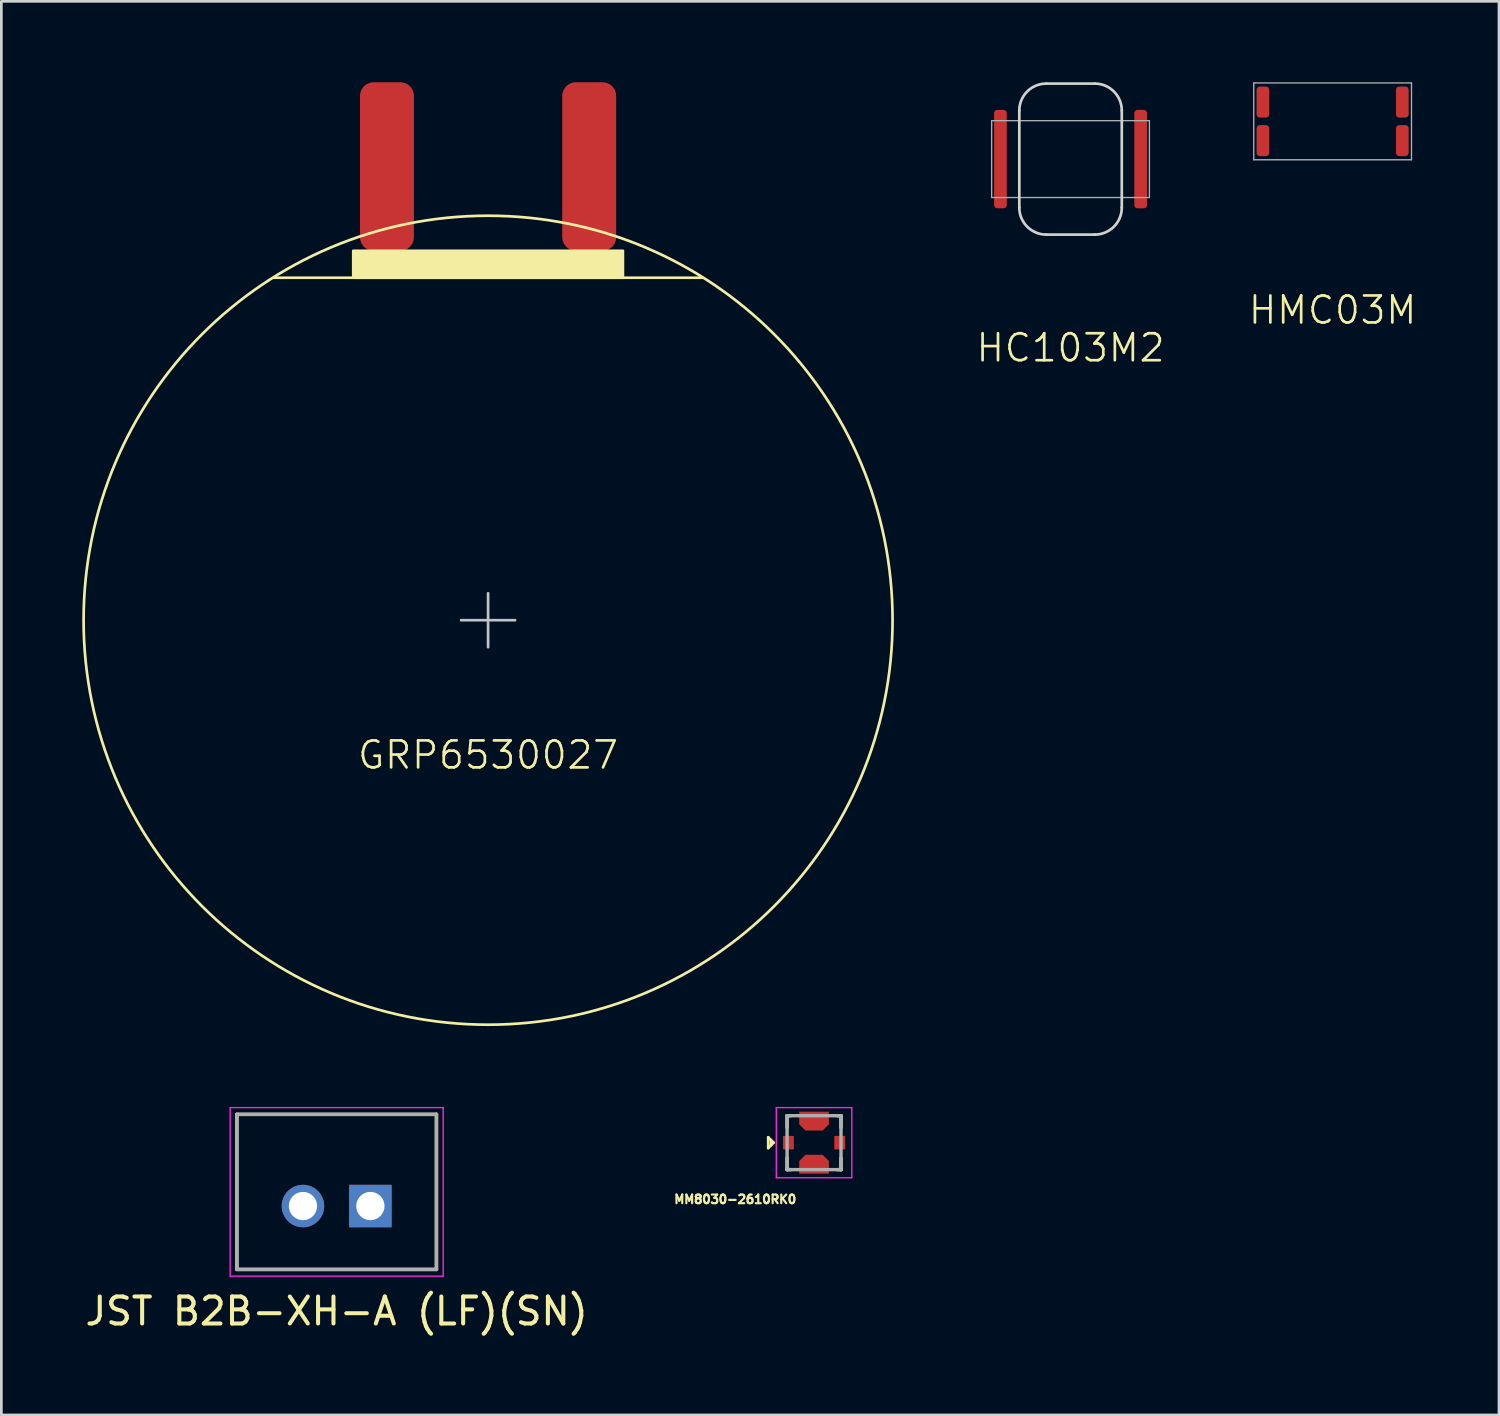
<source format=kicad_pcb>
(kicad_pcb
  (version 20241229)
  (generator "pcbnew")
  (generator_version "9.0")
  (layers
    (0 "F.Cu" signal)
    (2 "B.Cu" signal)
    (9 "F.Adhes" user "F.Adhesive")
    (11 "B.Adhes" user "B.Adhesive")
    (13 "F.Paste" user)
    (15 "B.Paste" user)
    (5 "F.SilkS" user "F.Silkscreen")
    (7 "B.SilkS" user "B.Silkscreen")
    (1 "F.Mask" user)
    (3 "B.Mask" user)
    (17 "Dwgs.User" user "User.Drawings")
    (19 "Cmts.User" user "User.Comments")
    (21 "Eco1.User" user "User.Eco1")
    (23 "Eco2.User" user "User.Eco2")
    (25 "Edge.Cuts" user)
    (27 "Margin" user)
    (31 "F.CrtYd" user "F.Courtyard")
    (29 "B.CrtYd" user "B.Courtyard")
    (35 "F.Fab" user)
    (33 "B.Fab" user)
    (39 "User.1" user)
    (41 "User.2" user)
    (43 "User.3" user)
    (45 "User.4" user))
  (footprint "GRP6530027"
    (layer "F.Cu")
    (at 15.05 19.95)
    (property "Reference" "GRP6530027" (at 0 5 0) (unlocked yes) (layer "F.SilkS") (effects (font (size 1 1) (thickness 0.1))))
    (attr smd)
    (fp_line (start 7.95 -12.7) (end -7.95 -12.7) (stroke (width 0.1) (type default)) (layer "F.SilkS"))
    (fp_rect (start -5 -13.7) (end 5 -12.7) (stroke (width 0.1) (type solid)) (fill yes) (layer "F.SilkS"))
    (fp_circle (center 0 0) (end 15 0) (stroke (width 0.1) (type default)) (fill no) (layer "F.SilkS"))
    (fp_line (start 0 1) (end 0 -1) (stroke (width 0.1) (type default)) (layer "Dwgs.User"))
    (fp_line (start 1 0) (end -1 0) (stroke (width 0.1) (type default)) (layer "Dwgs.User"))
    (pad "+" smd roundrect (at -3.75 -16.825) (size 2 6.25) (layers "F.Cu" "F.Mask" "F.Paste") (roundrect_rratio 0.25))
    (pad "-" smd roundrect (at 3.75 -16.825) (size 2 6.25) (layers "F.Cu" "F.Mask" "F.Paste") (roundrect_rratio 0.25)))
  (footprint "MM8030-2610RK0 "
    (layer "F.Cu")
    (at 27.138 39.325)
    (property "Reference" "MM8030-2610RK0 " (at -2.8 2.1 0) (layer "F.SilkS") (effects (font (size 0.32 0.32) (thickness 0.08))))
    (attr smd)
    (fp_poly (pts (xy -0.65 1.25) (xy 0.65 1.25) (xy 0.65 0.58) (xy 0.42 0.35) (xy -0.42 0.35) (xy -0.65 0.58)) (stroke (width 0.0001) (type solid)) (fill yes) (layer "F.Mask"))
    (fp_poly (pts (xy 0.65 -1.25) (xy -0.65 -1.25) (xy -0.65 -0.58) (xy -0.42 -0.35) (xy 0.42 -0.35) (xy 0.65 -0.58)) (stroke (width 0.0001) (type solid)) (fill yes) (layer "F.Mask"))
    (fp_line (start -1.7 -0.2) (end -1.7 0.2) (stroke (width 0.1) (type default)) (layer "F.SilkS"))
    (fp_line (start -1.6 0.1) (end -1.6 -0.1) (stroke (width 0.1) (type default)) (layer "F.SilkS"))
    (fp_line (start -1.5 0) (end -1.7 -0.2) (stroke (width 0.1) (type default)) (layer "F.SilkS"))
    (fp_line (start -1.5 0) (end -1.7 0.2) (stroke (width 0.1) (type default)) (layer "F.SilkS"))
    (fp_line (start -1 -1) (end -0.865 -1) (stroke (width 0.127) (type solid)) (layer "F.SilkS"))
    (fp_line (start -1 -0.565) (end -1 -1) (stroke (width 0.127) (type solid)) (layer "F.SilkS"))
    (fp_line (start -1 0.565) (end -1 1) (stroke (width 0.127) (type solid)) (layer "F.SilkS"))
    (fp_line (start -1 1) (end -0.865 1) (stroke (width 0.127) (type solid)) (layer "F.SilkS"))
    (fp_line (start 1 -1) (end 0.865 -1) (stroke (width 0.127) (type solid)) (layer "F.SilkS"))
    (fp_line (start 1 -0.565) (end 1 -1) (stroke (width 0.127) (type solid)) (layer "F.SilkS"))
    (fp_line (start 1 0.565) (end 1 1) (stroke (width 0.127) (type solid)) (layer "F.SilkS"))
    (fp_line (start 1 1) (end 0.865 1) (stroke (width 0.127) (type solid)) (layer "F.SilkS"))
    (fp_poly (pts (xy -1.151 -0.174) (xy -0.801 -0.174) (xy -0.801 0.174) (xy -1.151 0.174)) (stroke (width 0.01) (type solid)) (fill yes) (layer "F.Paste"))
    (fp_poly (pts (xy -0.5 -1.15) (xy 0.501 -1.15) (xy 0.501 -0.651) (xy -0.5 -0.651)) (stroke (width 0.01) (type solid)) (fill yes) (layer "F.Paste"))
    (fp_poly (pts (xy -0.5 0.65) (xy 0.501 0.65) (xy 0.501 1.151) (xy -0.5 1.151)) (stroke (width 0.01) (type solid)) (fill yes) (layer "F.Paste"))
    (fp_poly (pts (xy 0.8 -0.175) (xy 1.154 -0.175) (xy 1.154 0.176) (xy 0.8 0.176)) (stroke (width 0.01) (type solid)) (fill yes) (layer "F.Paste"))
    (fp_line (start -1.4 -1.3) (end 1.4 -1.3) (stroke (width 0.05) (type solid)) (layer "F.CrtYd"))
    (fp_line (start -1.4 1.3) (end -1.4 -1.3) (stroke (width 0.05) (type solid)) (layer "F.CrtYd"))
    (fp_line (start 1.4 -1.3) (end 1.4 1.3) (stroke (width 0.05) (type solid)) (layer "F.CrtYd"))
    (fp_line (start 1.4 1.3) (end -1.4 1.3) (stroke (width 0.05) (type solid)) (layer "F.CrtYd"))
    (fp_line (start -1 -1) (end 1 -1) (stroke (width 0.127) (type solid)) (layer "F.Fab"))
    (fp_line (start -1 1) (end -1 -1) (stroke (width 0.127) (type solid)) (layer "F.Fab"))
    (fp_line (start 1 -1) (end 1 1) (stroke (width 0.127) (type solid)) (layer "F.Fab"))
    (fp_line (start 1 1) (end -1 1) (stroke (width 0.127) (type solid)) (layer "F.Fab"))
    (pad "1" smd rect (at -0.95 0) (size 0.4 0.5) (layers "F.Cu" "F.Mask"))
    (pad "2" smd rect (at 0.95 0) (size 0.4 0.5) (layers "F.Cu" "F.Mask"))
    (pad "G1" smd custom (at 0 -0.8) (size 0.3 0.3) (layers "F.Cu") (options (anchor rect)) (primitives (gr_poly (pts (xy 0.55 -0.35) (xy -0.55 -0.35) (xy -0.55 0.12) (xy -0.32 0.35) (xy 0.32 0.35) (xy 0.55 0.12)) (width 0.0001) (fill yes))))
    (pad "G2" smd custom (at 0 0.8) (size 0.3 0.3) (layers "F.Cu") (options (anchor rect)) (primitives (gr_poly (pts (xy -0.55 0.35) (xy 0.55 0.35) (xy 0.55 -0.12) (xy 0.32 -0.35) (xy -0.32 -0.35) (xy -0.55 -0.12)) (width 0.0001) (fill yes)))))
  (footprint "HC103M2"
    (layer "F.Cu")
    (at 36.65 2.85)
    (property "Reference" "HC103M2" (at 0 7 0) (unlocked yes) (layer "F.SilkS") (effects (font (size 1 1) (thickness 0.1))))
    (attr smd)
    (fp_line (start -1.9 -1.8) (end -1.9 1.8) (stroke (width 0.1) (type default)) (layer "Edge.Cuts"))
    (fp_line (start -0.9 2.8) (end 0.9 2.8) (stroke (width 0.1) (type default)) (layer "Edge.Cuts"))
    (fp_line (start 0.9 -2.8) (end -0.9 -2.8) (stroke (width 0.1) (type default)) (layer "Edge.Cuts"))
    (fp_line (start 1.9 -1.8) (end 1.9 1.8) (stroke (width 0.1) (type default)) (layer "Edge.Cuts"))
    (fp_arc (start -1.9 -1.8) (mid -1.607107 -2.507107) (end -0.9 -2.8) (stroke (width 0.1) (type default)) (layer "Edge.Cuts"))
    (fp_arc (start -0.9 2.8) (mid -1.607107 2.507107) (end -1.9 1.8) (stroke (width 0.1) (type default)) (layer "Edge.Cuts"))
    (fp_arc (start 0.9 -2.8) (mid 1.607107 -2.507107) (end 1.9 -1.8) (stroke (width 0.1) (type default)) (layer "Edge.Cuts"))
    (fp_arc (start 1.9 1.8) (mid 1.607107 2.507107) (end 0.9 2.8) (stroke (width 0.1) (type default)) (layer "Edge.Cuts"))
    (fp_line (start -2.925 -1.425) (end -2.925 1.425) (stroke (width 0.05) (type default)) (layer "F.Fab"))
    (fp_line (start -2.925 1.425) (end 2.925 1.425) (stroke (width 0.05) (type default)) (layer "F.Fab"))
    (fp_line (start 2.925 -1.425) (end -2.925 -1.425) (stroke (width 0.05) (type default)) (layer "F.Fab"))
    (fp_line (start 2.925 1.425) (end 2.925 -1.425) (stroke (width 0.05) (type default)) (layer "F.Fab"))
    (fp_line (start -2.05 -1.425) (end -2.05 1.425) (stroke (width 0.05) (type default)) (layer "User.1"))
    (fp_line (start 2.05 -1.425) (end 2.05 1.425) (stroke (width 0.05) (type default)) (layer "User.1"))
    (pad "1" smd roundrect (at -2.6 0) (size 0.47 3.65) (layers "F.Cu" "F.Mask" "F.Paste") (roundrect_rratio 0.25))
    (pad "2" smd roundrect (at 2.6 0) (size 0.47 3.65) (layers "F.Cu" "F.Mask" "F.Paste") (roundrect_rratio 0.25)))
  (footprint "JST B2B-XH-A (LF)(SN)"
    (layer "F.Cu")
    (at 9.435 41.675)
    (property "Reference" "JST B2B-XH-A (LF)(SN)" (at 0 3.9 0) (layer "F.SilkS") (effects (font (size 1 1) (thickness 0.15))))
    (attr through_hole)
    (fp_line (start -3.7 -3.4) (end 3.7 -3.4) (stroke (width 0.127) (type solid)) (layer "F.SilkS"))
    (fp_line (start -3.7 2.35) (end -3.7 -3.4) (stroke (width 0.127) (type solid)) (layer "F.SilkS"))
    (fp_line (start 3.7 -3.4) (end 3.7 2.35) (stroke (width 0.127) (type solid)) (layer "F.SilkS"))
    (fp_line (start 3.7 2.35) (end -3.7 2.35) (stroke (width 0.127) (type solid)) (layer "F.SilkS"))
    (fp_line (start -3.95 -3.65) (end -3.95 2.6) (stroke (width 0.05) (type solid)) (layer "F.CrtYd"))
    (fp_line (start -3.95 2.6) (end 3.95 2.6) (stroke (width 0.05) (type solid)) (layer "F.CrtYd"))
    (fp_line (start 3.95 -3.65) (end -3.95 -3.65) (stroke (width 0.05) (type solid)) (layer "F.CrtYd"))
    (fp_line (start 3.95 2.6) (end 3.95 -3.65) (stroke (width 0.05) (type solid)) (layer "F.CrtYd"))
    (fp_line (start -3.7 -3.4) (end 3.7 -3.4) (stroke (width 0.127) (type solid)) (layer "F.Fab"))
    (fp_line (start -3.7 2.35) (end -3.7 -3.4) (stroke (width 0.127) (type solid)) (layer "F.Fab"))
    (fp_line (start 3.7 -3.4) (end 3.7 2.35) (stroke (width 0.127) (type solid)) (layer "F.Fab"))
    (fp_line (start 3.7 2.35) (end -3.7 2.35) (stroke (width 0.127) (type solid)) (layer "F.Fab"))
    (pad "1" thru_hole rect (at 1.25 0) (size 1.575 1.575) (drill 1.05) (layers "*.Cu" "*.Mask"))
    (pad "2" thru_hole circle (at -1.25 0) (size 1.575 1.575) (drill 1.05) (layers "*.Cu" "*.Mask")))
  (footprint "HMC03M"
    (layer "F.Cu")
    (at 46.369 1.45)
    (property "Reference" "HMC03M" (at 0 7 0) (unlocked yes) (layer "F.SilkS") (effects (font (size 1 1) (thickness 0.1))))
    (attr smd)
    (fp_line (start -2.925 -1.425) (end -2.925 1.425) (stroke (width 0.05) (type default)) (layer "F.Fab"))
    (fp_line (start -2.925 1.425) (end 2.925 1.425) (stroke (width 0.05) (type default)) (layer "F.Fab"))
    (fp_line (start 2.925 -1.425) (end -2.925 -1.425) (stroke (width 0.05) (type default)) (layer "F.Fab"))
    (fp_line (start 2.925 1.425) (end 2.925 -1.425) (stroke (width 0.05) (type default)) (layer "F.Fab"))
    (fp_line (start -2.05 -1.425) (end -2.05 1.425) (stroke (width 0.05) (type default)) (layer "User.1"))
    (fp_line (start 2.05 -1.425) (end 2.05 1.425) (stroke (width 0.05) (type default)) (layer "User.1"))
    (pad "1" smd roundrect (at -2.585 0.715) (size 0.47 1.15) (layers "F.Cu" "F.Mask" "F.Paste") (roundrect_rratio 0.25))
    (pad "2" smd roundrect (at -2.585 -0.715) (size 0.47 1.15) (layers "F.Cu" "F.Mask" "F.Paste") (roundrect_rratio 0.25))
    (pad "3" smd roundrect (at 2.585 0.715) (size 0.47 1.15) (layers "F.Cu" "F.Mask" "F.Paste") (roundrect_rratio 0.25))
    (pad "4" smd roundrect (at 2.585 -0.715) (size 0.47 1.15) (layers "F.Cu" "F.Mask" "F.Paste") (roundrect_rratio 0.25)))
  (gr_rect
    (start -3 -3)
    (end 52.538 49.423)
    (stroke (width 0.1) (type default))
    (fill no)
    (layer "Edge.Cuts")))
</source>
